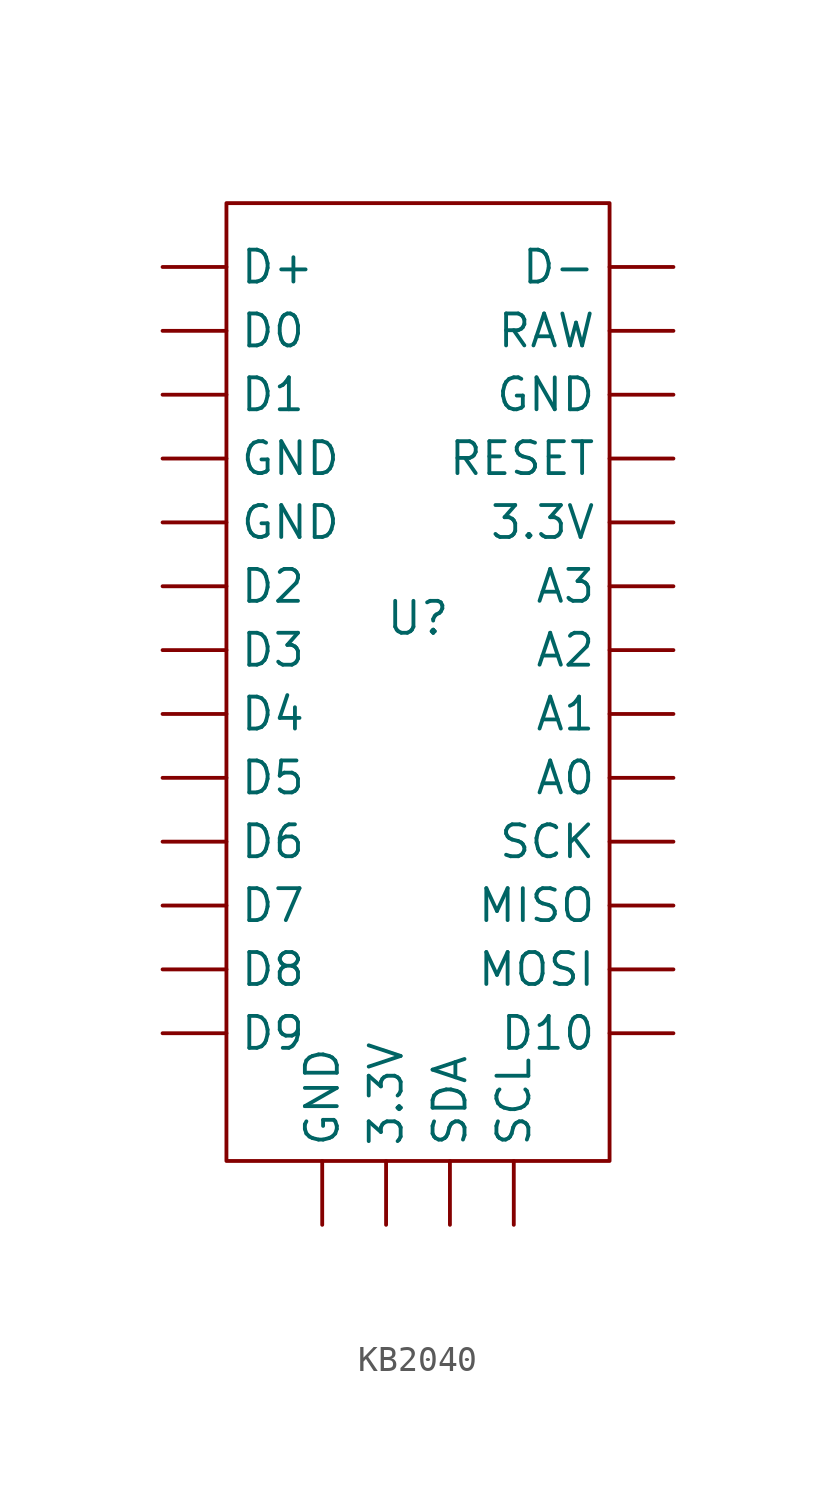
<source format=kicad_sym>
(kicad_symbol_lib
  (version 20220914)
  (generator kicad_symbol_editor)
  (symbol "KB2040"
    (property "Reference" "U"
      (at 0 0 0)
      (effects (font (size 1.27 1.27))))
    (property "Value" ""
      (at 3.81 5.08 0)
      (effects (font (size 1.27 1.27))))
    (symbol "KB2040_1_1"
      (rectangle (start -7.62 16.51) (end 7.62 -21.59) (stroke (width 0) (type default)) (fill (type none)))
      (pin power_out line (at -1.27 -24.13 90) (length 2.54) (name "3.3V" (effects (font (size 1.27 1.27)))) (number "" (effects (font (size 1.27 1.27)))))
      (pin power_in line (at 10.16 3.81 180) (length 2.54) (name "3.3V" (effects (font (size 1.27 1.27)))) (number "" (effects (font (size 1.27 1.27)))))
      (pin bidirectional line (at 10.16 -6.35 180) (length 2.54) (name "A0" (effects (font (size 1.27 1.27)))) (number "" (effects (font (size 1.27 1.27)))))
      (pin bidirectional line (at 10.16 -3.81 180) (length 2.54) (name "A1" (effects (font (size 1.27 1.27)))) (number "" (effects (font (size 1.27 1.27)))))
      (pin bidirectional line (at 10.16 -1.27 180) (length 2.54) (name "A2" (effects (font (size 1.27 1.27)))) (number "" (effects (font (size 1.27 1.27)))))
      (pin bidirectional line (at 10.16 1.27 180) (length 2.54) (name "A3" (effects (font (size 1.27 1.27)))) (number "" (effects (font (size 1.27 1.27)))))
      (pin output line (at -10.16 13.97 0) (length 2.54) (name "D+" (effects (font (size 1.27 1.27)))) (number "" (effects (font (size 1.27 1.27)))))
      (pin output line (at 10.16 13.97 180) (length 2.54) (name "D-" (effects (font (size 1.27 1.27)))) (number "" (effects (font (size 1.27 1.27)))))
      (pin bidirectional line (at -10.16 11.43 0) (length 2.54) (name "D0" (effects (font (size 1.27 1.27)))) (number "" (effects (font (size 1.27 1.27)))))
      (pin bidirectional line (at -10.16 8.89 0) (length 2.54) (name "D1" (effects (font (size 1.27 1.27)))) (number "" (effects (font (size 1.27 1.27)))))
      (pin bidirectional line (at 10.16 -16.51 180) (length 2.54) (name "D10" (effects (font (size 1.27 1.27)))) (number "" (effects (font (size 1.27 1.27)))))
      (pin bidirectional line (at -10.16 1.27 0) (length 2.54) (name "D2" (effects (font (size 1.27 1.27)))) (number "" (effects (font (size 1.27 1.27)))))
      (pin bidirectional line (at -10.16 -1.27 0) (length 2.54) (name "D3" (effects (font (size 1.27 1.27)))) (number "" (effects (font (size 1.27 1.27)))))
      (pin bidirectional line (at -10.16 -3.81 0) (length 2.54) (name "D4" (effects (font (size 1.27 1.27)))) (number "" (effects (font (size 1.27 1.27)))))
      (pin bidirectional line (at -10.16 -6.35 0) (length 2.54) (name "D5" (effects (font (size 1.27 1.27)))) (number "" (effects (font (size 1.27 1.27)))))
      (pin bidirectional line (at -10.16 -8.89 0) (length 2.54) (name "D6" (effects (font (size 1.27 1.27)))) (number "" (effects (font (size 1.27 1.27)))))
      (pin bidirectional line (at -10.16 -11.43 0) (length 2.54) (name "D7" (effects (font (size 1.27 1.27)))) (number "" (effects (font (size 1.27 1.27)))))
      (pin bidirectional line (at -10.16 -13.97 0) (length 2.54) (name "D8" (effects (font (size 1.27 1.27)))) (number "" (effects (font (size 1.27 1.27)))))
      (pin bidirectional line (at -10.16 -16.51 0) (length 2.54) (name "D9" (effects (font (size 1.27 1.27)))) (number "" (effects (font (size 1.27 1.27)))))
      (pin power_in line (at -10.16 3.81 0) (length 2.54) (name "GND" (effects (font (size 1.27 1.27)))) (number "" (effects (font (size 1.27 1.27)))))
      (pin power_in line (at -10.16 6.35 0) (length 2.54) (name "GND" (effects (font (size 1.27 1.27)))) (number "" (effects (font (size 1.27 1.27)))))
      (pin power_in line (at -3.81 -24.13 90) (length 2.54) (name "GND" (effects (font (size 1.27 1.27)))) (number "" (effects (font (size 1.27 1.27)))))
      (pin power_in line (at 10.16 8.89 180) (length 2.54) (name "GND" (effects (font (size 1.27 1.27)))) (number "" (effects (font (size 1.27 1.27)))))
      (pin bidirectional line (at 10.16 -11.43 180) (length 2.54) (name "MISO" (effects (font (size 1.27 1.27)))) (number "" (effects (font (size 1.27 1.27)))))
      (pin bidirectional line (at 10.16 -13.97 180) (length 2.54) (name "MOSI" (effects (font (size 1.27 1.27)))) (number "" (effects (font (size 1.27 1.27)))))
      (pin power_out line (at 10.16 11.43 180) (length 2.54) (name "RAW" (effects (font (size 1.27 1.27)))) (number "" (effects (font (size 1.27 1.27)))))
      (pin input line (at 10.16 6.35 180) (length 2.54) (name "RESET" (effects (font (size 1.27 1.27)))) (number "" (effects (font (size 1.27 1.27)))))
      (pin bidirectional line (at 10.16 -8.89 180) (length 2.54) (name "SCK" (effects (font (size 1.27 1.27)))) (number "" (effects (font (size 1.27 1.27)))))
      (pin bidirectional line (at 3.81 -24.13 90) (length 2.54) (name "SCL" (effects (font (size 1.27 1.27)))) (number "" (effects (font (size 1.27 1.27)))))
      (pin bidirectional line (at 1.27 -24.13 90) (length 2.54) (name "SDA" (effects (font (size 1.27 1.27)))) (number "" (effects (font (size 1.27 1.27))))))))
</source>
